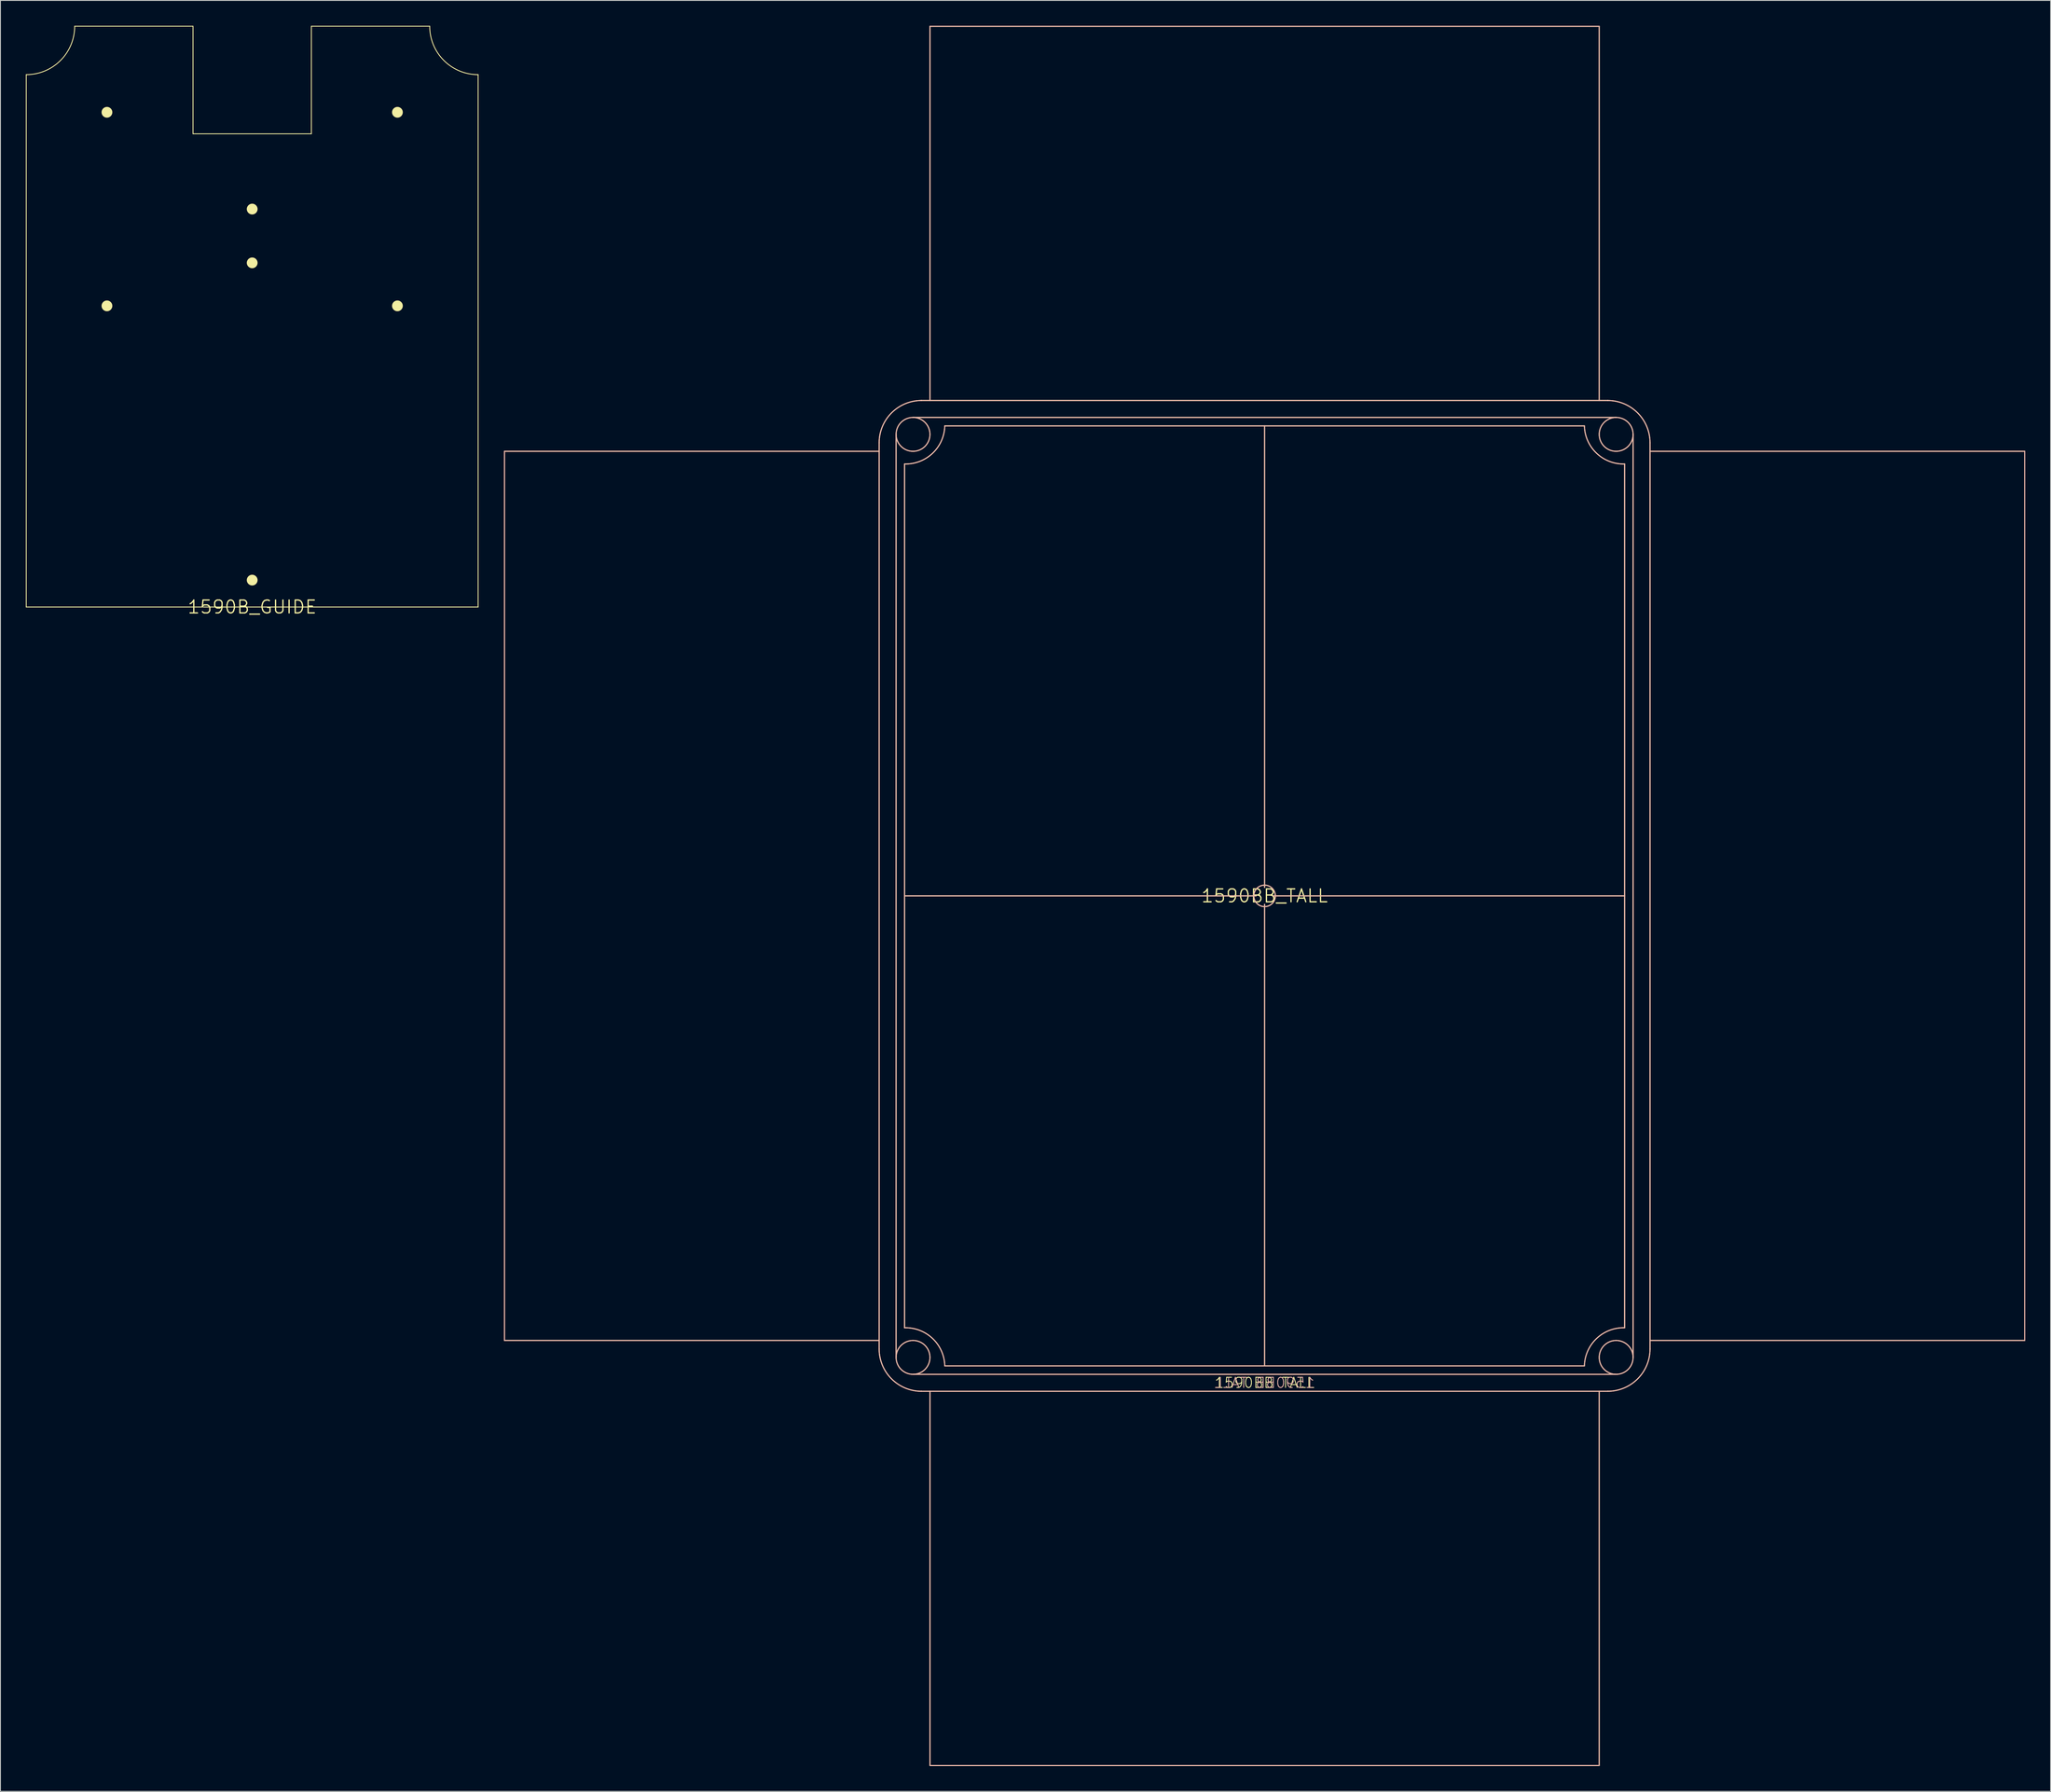
<source format=kicad_pcb>
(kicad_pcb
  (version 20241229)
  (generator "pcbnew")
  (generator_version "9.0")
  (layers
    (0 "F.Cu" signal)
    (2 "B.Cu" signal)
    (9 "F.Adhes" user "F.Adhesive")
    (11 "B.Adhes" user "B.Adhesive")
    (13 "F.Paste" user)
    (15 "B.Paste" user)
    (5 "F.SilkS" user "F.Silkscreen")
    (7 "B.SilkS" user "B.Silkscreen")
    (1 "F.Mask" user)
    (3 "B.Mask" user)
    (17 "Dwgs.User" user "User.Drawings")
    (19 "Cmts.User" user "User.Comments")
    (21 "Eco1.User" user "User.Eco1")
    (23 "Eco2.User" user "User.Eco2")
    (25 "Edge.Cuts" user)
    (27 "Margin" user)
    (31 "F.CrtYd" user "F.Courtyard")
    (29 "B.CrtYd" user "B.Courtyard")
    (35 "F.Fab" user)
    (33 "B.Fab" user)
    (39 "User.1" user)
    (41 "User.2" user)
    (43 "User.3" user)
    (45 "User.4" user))
  (footprint "1590B_GUIDE"
    (layer "F.Cu")
    (at 26.72 68.63)
    (property "Reference" "1590B_GUIDE" (at 0 0 0) (layer "F.SilkS") (effects (font (size 1.524 1.524) (thickness 0.15))))
    (attr through_hole)
    (fp_line (start -26.67 -62.865) (end -26.67 0) (stroke (width 0.1) (type solid)) (layer "F.SilkS"))
    (fp_line (start -26.67 0) (end 26.67 0) (stroke (width 0.1) (type solid)) (layer "F.SilkS"))
    (fp_line (start -6.985 -68.58) (end -20.955 -68.58) (stroke (width 0.1) (type solid)) (layer "F.SilkS"))
    (fp_line (start -6.985 -55.88) (end -6.985 -68.58) (stroke (width 0.1) (type solid)) (layer "F.SilkS"))
    (fp_line (start 6.985 -68.58) (end 6.985 -55.88) (stroke (width 0.1) (type solid)) (layer "F.SilkS"))
    (fp_line (start 6.985 -55.88) (end -6.985 -55.88) (stroke (width 0.1) (type solid)) (layer "F.SilkS"))
    (fp_line (start 20.955 -68.58) (end 6.985 -68.58) (stroke (width 0.1) (type solid)) (layer "F.SilkS"))
    (fp_line (start 26.67 0) (end 26.67 -62.865) (stroke (width 0.1) (type solid)) (layer "F.SilkS"))
    (fp_arc (start -20.955 -68.58) (mid -22.628885 -64.538885) (end -26.67 -62.865) (stroke (width 0.1) (type solid)) (layer "F.SilkS"))
    (fp_arc (start 26.67 -62.865) (mid 22.628885 -64.538885) (end 20.955 -68.58) (stroke (width 0.1) (type solid)) (layer "F.SilkS"))
    (fp_circle (center -17.145 -58.42) (end -16.51 -58.42) (stroke (width 0) (type solid)) (fill yes) (layer "F.SilkS"))
    (fp_circle (center -17.145 -35.56) (end -16.51 -35.56) (stroke (width 0) (type solid)) (fill yes) (layer "F.SilkS"))
    (fp_circle (center 0 -46.99) (end 0.635 -46.99) (stroke (width 0) (type solid)) (fill yes) (layer "F.SilkS"))
    (fp_circle (center 0 -40.64) (end 0.635 -40.64) (stroke (width 0) (type solid)) (fill yes) (layer "F.SilkS"))
    (fp_circle (center 0 -3.175) (end 0.635 -3.175) (stroke (width 0) (type solid)) (fill yes) (layer "F.SilkS"))
    (fp_circle (center 17.145 -58.42) (end 17.78 -58.42) (stroke (width 0) (type solid)) (fill yes) (layer "F.SilkS"))
    (fp_circle (center 17.145 -35.56) (end 17.78 -35.56) (stroke (width 0) (type solid)) (fill yes) (layer "F.SilkS")))
  (footprint "1590BB_TALL"
    (layer "F.Cu")
    (at 146.23 102.743)
    (property "Reference" "1590BB_TALL" (at 0 0 0) (layer "F.SilkS") (effects (font (size 1.524 1.524) (thickness 0.15))))
    (attr through_hole)
    (fp_line (start -89.726 -52.5) (end -89.726 52.5) (stroke (width 0.127) (type solid)) (layer "F.SilkS"))
    (fp_line (start -89.726 -52.5) (end -45.5 -52.5) (stroke (width 0.127) (type solid)) (layer "F.SilkS"))
    (fp_line (start -89.726 52.5) (end -45.5 52.5) (stroke (width 0.127) (type solid)) (layer "F.SilkS"))
    (fp_line (start -45.5 -52.5) (end -45.5 -53.5) (stroke (width 0.127) (type solid)) (layer "F.SilkS"))
    (fp_line (start -45.5 -52.5) (end -45.5 52.5) (stroke (width 0.127) (type solid)) (layer "F.SilkS"))
    (fp_line (start -45.5 52.5) (end -45.5 53.5) (stroke (width 0.127) (type solid)) (layer "F.SilkS"))
    (fp_line (start -43.5 -54.5) (end -43.5 54.5) (stroke (width 0.127) (type solid)) (layer "F.SilkS"))
    (fp_line (start -42.5 -51) (end -42.5 0) (stroke (width 0.127) (type solid)) (layer "F.SilkS"))
    (fp_line (start -42.5 51) (end -42.5 0) (stroke (width 0.127) (type solid)) (layer "F.SilkS"))
    (fp_line (start -41.5 56.5) (end 41.5 56.5) (stroke (width 0.127) (type solid)) (layer "F.SilkS"))
    (fp_line (start -40.55 -58.5) (end -40.5 -58.5) (stroke (width 0.127) (type solid)) (layer "F.SilkS"))
    (fp_line (start -40.55 58.5) (end -40.5 58.5) (stroke (width 0.127) (type solid)) (layer "F.SilkS"))
    (fp_line (start -39.5 -102.68) (end 39.5 -102.68) (stroke (width 0.127) (type solid)) (layer "F.SilkS"))
    (fp_line (start -39.5 -58.5) (end -40.5 -58.5) (stroke (width 0.127) (type solid)) (layer "F.SilkS"))
    (fp_line (start -39.5 -58.5) (end -39.5 -102.68) (stroke (width 0.127) (type solid)) (layer "F.SilkS"))
    (fp_line (start -39.5 58.5) (end -40.5 58.5) (stroke (width 0.127) (type solid)) (layer "F.SilkS"))
    (fp_line (start -39.5 58.5) (end -39.5 102.68) (stroke (width 0.127) (type solid)) (layer "F.SilkS"))
    (fp_line (start -39.5 58.5) (end 39.5 58.5) (stroke (width 0.127) (type solid)) (layer "F.SilkS"))
    (fp_line (start -39.5 102.68) (end 39.5 102.68) (stroke (width 0.127) (type solid)) (layer "F.SilkS"))
    (fp_line (start -1 0) (end -42.5 0) (stroke (width 0.127) (type solid)) (layer "F.SilkS"))
    (fp_line (start 0 -55.5) (end -37.75 -55.5) (stroke (width 0.127) (type solid)) (layer "F.SilkS"))
    (fp_line (start 0 -55.5) (end 37.75 -55.5) (stroke (width 0.127) (type solid)) (layer "F.SilkS"))
    (fp_line (start 0 -1) (end 0 -55.5) (stroke (width 0.127) (type solid)) (layer "F.SilkS"))
    (fp_line (start 0 1) (end 0 55.5) (stroke (width 0.127) (type solid)) (layer "F.SilkS"))
    (fp_line (start 0 55.5) (end -37.75 55.5) (stroke (width 0.127) (type solid)) (layer "F.SilkS"))
    (fp_line (start 0 55.5) (end 37.75 55.5) (stroke (width 0.127) (type solid)) (layer "F.SilkS"))
    (fp_line (start 1 0) (end 42.5 0) (stroke (width 0.127) (type solid)) (layer "F.SilkS"))
    (fp_line (start 39.5 -58.5) (end -39.5 -58.5) (stroke (width 0.127) (type solid)) (layer "F.SilkS"))
    (fp_line (start 39.5 -58.5) (end 39.5 -102.68) (stroke (width 0.127) (type solid)) (layer "F.SilkS"))
    (fp_line (start 39.5 -58.5) (end 40.5 -58.5) (stroke (width 0.127) (type solid)) (layer "F.SilkS"))
    (fp_line (start 39.5 58.5) (end 39.5 102.68) (stroke (width 0.127) (type solid)) (layer "F.SilkS"))
    (fp_line (start 39.5 58.5) (end 40.5 58.5) (stroke (width 0.127) (type solid)) (layer "F.SilkS"))
    (fp_line (start 40.55 -58.5) (end 40.5 -58.5) (stroke (width 0.127) (type solid)) (layer "F.SilkS"))
    (fp_line (start 40.55 58.5) (end 40.5 58.5) (stroke (width 0.127) (type solid)) (layer "F.SilkS"))
    (fp_line (start 41.5 -56.5) (end -41.5 -56.5) (stroke (width 0.127) (type solid)) (layer "F.SilkS"))
    (fp_line (start 42.5 -51) (end 42.5 0) (stroke (width 0.127) (type solid)) (layer "F.SilkS"))
    (fp_line (start 42.5 51) (end 42.5 0) (stroke (width 0.127) (type solid)) (layer "F.SilkS"))
    (fp_line (start 43.5 -54.5) (end 43.5 54.5) (stroke (width 0.127) (type solid)) (layer "F.SilkS"))
    (fp_line (start 45.5 -52.5) (end 45.5 -53.5) (stroke (width 0.127) (type solid)) (layer "F.SilkS"))
    (fp_line (start 45.5 -52.5) (end 45.5 52.5) (stroke (width 0.127) (type solid)) (layer "F.SilkS"))
    (fp_line (start 45.5 52.5) (end 45.5 53.5) (stroke (width 0.127) (type solid)) (layer "F.SilkS"))
    (fp_line (start 89.726 -52.5) (end 45.5 -52.5) (stroke (width 0.127) (type solid)) (layer "F.SilkS"))
    (fp_line (start 89.726 -52.5) (end 89.726 52.5) (stroke (width 0.127) (type solid)) (layer "F.SilkS"))
    (fp_line (start 89.726 52.5) (end 45.5 52.5) (stroke (width 0.127) (type solid)) (layer "F.SilkS"))
    (fp_arc (start -45.5 -53.5) (mid -44.035534 -57.035534) (end -40.5 -58.5) (stroke (width 0.127) (type solid)) (layer "F.SilkS"))
    (fp_arc (start -42.5 51) (mid -39.193019 52.266243) (end -37.75 55.5) (stroke (width 0.127) (type solid)) (layer "F.SilkS"))
    (fp_arc (start -40.5 58.5) (mid -44.035534 57.035534) (end -45.5 53.5) (stroke (width 0.127) (type solid)) (layer "F.SilkS"))
    (fp_arc (start -37.75 -55.5) (mid -39.193019 -52.266243) (end -42.5 -51) (stroke (width 0.127) (type solid)) (layer "F.SilkS"))
    (fp_arc (start 37.75 55.5) (mid 39.193019 52.266243) (end 42.5 51) (stroke (width 0.127) (type solid)) (layer "F.SilkS"))
    (fp_arc (start 40.5 -58.5) (mid 44.035534 -57.035534) (end 45.5 -53.5) (stroke (width 0.127) (type solid)) (layer "F.SilkS"))
    (fp_arc (start 42.5 -51) (mid 39.193019 -52.266243) (end 37.75 -55.5) (stroke (width 0.127) (type solid)) (layer "F.SilkS"))
    (fp_arc (start 45.5 53.5) (mid 44.035534 57.035534) (end 40.5 58.5) (stroke (width 0.127) (type solid)) (layer "F.SilkS"))
    (fp_circle (center -41.5 -54.5) (end -39.5 -54.5) (stroke (width 0.127) (type solid)) (fill no) (layer "F.SilkS"))
    (fp_circle (center -41.5 54.5) (end -39.5 54.5) (stroke (width 0.127) (type solid)) (fill no) (layer "F.SilkS"))
    (fp_circle (center 0 0) (end 1.27 0) (stroke (width 0.127) (type solid)) (fill no) (layer "F.SilkS"))
    (fp_circle (center 41.5 -54.5) (end 43.5 -54.5) (stroke (width 0.127) (type solid)) (fill no) (layer "F.SilkS"))
    (fp_circle (center 41.5 54.5) (end 43.5 54.5) (stroke (width 0.127) (type solid)) (fill no) (layer "F.SilkS"))
    (fp_line (start -89.726 -52.5) (end -89.726 52.5) (stroke (width 0.127) (type solid)) (layer "B.SilkS"))
    (fp_line (start -89.726 -52.5) (end -45.5 -52.5) (stroke (width 0.127) (type solid)) (layer "B.SilkS"))
    (fp_line (start -89.726 52.5) (end -45.5 52.5) (stroke (width 0.127) (type solid)) (layer "B.SilkS"))
    (fp_line (start -45.5 -52.5) (end -45.5 -53.5) (stroke (width 0.127) (type solid)) (layer "B.SilkS"))
    (fp_line (start -45.5 -52.5) (end -45.5 52.5) (stroke (width 0.127) (type solid)) (layer "B.SilkS"))
    (fp_line (start -45.5 52.5) (end -45.5 53.5) (stroke (width 0.127) (type solid)) (layer "B.SilkS"))
    (fp_line (start -43.5 -54.5) (end -43.5 54.5) (stroke (width 0.127) (type solid)) (layer "B.SilkS"))
    (fp_line (start -42.5 -51) (end -42.5 0) (stroke (width 0.127) (type solid)) (layer "B.SilkS"))
    (fp_line (start -42.5 51) (end -42.5 0) (stroke (width 0.127) (type solid)) (layer "B.SilkS"))
    (fp_line (start -41.5 -56.5) (end 41.5 -56.5) (stroke (width 0.127) (type solid)) (layer "B.SilkS"))
    (fp_line (start -40.55 -58.5) (end -40.5 -58.5) (stroke (width 0.127) (type solid)) (layer "B.SilkS"))
    (fp_line (start -40.55 58.5) (end -40.5 58.5) (stroke (width 0.127) (type solid)) (layer "B.SilkS"))
    (fp_line (start -39.5 -58.5) (end -40.5 -58.5) (stroke (width 0.127) (type solid)) (layer "B.SilkS"))
    (fp_line (start -39.5 -58.5) (end -39.5 -102.68) (stroke (width 0.127) (type solid)) (layer "B.SilkS"))
    (fp_line (start -39.5 -58.5) (end 39.5 -58.5) (stroke (width 0.127) (type solid)) (layer "B.SilkS"))
    (fp_line (start -39.5 58.5) (end -40.5 58.5) (stroke (width 0.127) (type solid)) (layer "B.SilkS"))
    (fp_line (start -39.5 58.5) (end -39.5 102.68) (stroke (width 0.127) (type solid)) (layer "B.SilkS"))
    (fp_line (start -1 0) (end -42.5 0) (stroke (width 0.127) (type solid)) (layer "B.SilkS"))
    (fp_line (start 0 -55.5) (end -37.75 -55.5) (stroke (width 0.127) (type solid)) (layer "B.SilkS"))
    (fp_line (start 0 -55.5) (end 37.75 -55.5) (stroke (width 0.127) (type solid)) (layer "B.SilkS"))
    (fp_line (start 0 -1) (end 0 -55.5) (stroke (width 0.127) (type solid)) (layer "B.SilkS"))
    (fp_line (start 0 1) (end 0 55.5) (stroke (width 0.127) (type solid)) (layer "B.SilkS"))
    (fp_line (start 0 55.5) (end -37.75 55.5) (stroke (width 0.127) (type solid)) (layer "B.SilkS"))
    (fp_line (start 0 55.5) (end 37.75 55.5) (stroke (width 0.127) (type solid)) (layer "B.SilkS"))
    (fp_line (start 1 0) (end 42.5 0) (stroke (width 0.127) (type solid)) (layer "B.SilkS"))
    (fp_line (start 39.5 -102.68) (end -39.5 -102.68) (stroke (width 0.127) (type solid)) (layer "B.SilkS"))
    (fp_line (start 39.5 -58.5) (end 39.5 -102.68) (stroke (width 0.127) (type solid)) (layer "B.SilkS"))
    (fp_line (start 39.5 -58.5) (end 40.5 -58.5) (stroke (width 0.127) (type solid)) (layer "B.SilkS"))
    (fp_line (start 39.5 58.5) (end -39.5 58.5) (stroke (width 0.127) (type solid)) (layer "B.SilkS"))
    (fp_line (start 39.5 58.5) (end 39.5 102.68) (stroke (width 0.127) (type solid)) (layer "B.SilkS"))
    (fp_line (start 39.5 58.5) (end 40.5 58.5) (stroke (width 0.127) (type solid)) (layer "B.SilkS"))
    (fp_line (start 39.5 102.68) (end -39.5 102.68) (stroke (width 0.127) (type solid)) (layer "B.SilkS"))
    (fp_line (start 40.55 -58.5) (end 40.5 -58.5) (stroke (width 0.127) (type solid)) (layer "B.SilkS"))
    (fp_line (start 40.55 58.5) (end 40.5 58.5) (stroke (width 0.127) (type solid)) (layer "B.SilkS"))
    (fp_line (start 41.5 56.5) (end -41.5 56.5) (stroke (width 0.127) (type solid)) (layer "B.SilkS"))
    (fp_line (start 42.5 -51) (end 42.5 0) (stroke (width 0.127) (type solid)) (layer "B.SilkS"))
    (fp_line (start 42.5 51) (end 42.5 0) (stroke (width 0.127) (type solid)) (layer "B.SilkS"))
    (fp_line (start 43.5 -54.5) (end 43.5 54.5) (stroke (width 0.127) (type solid)) (layer "B.SilkS"))
    (fp_line (start 45.5 -52.5) (end 45.5 -53.5) (stroke (width 0.127) (type solid)) (layer "B.SilkS"))
    (fp_line (start 45.5 -52.5) (end 45.5 52.5) (stroke (width 0.127) (type solid)) (layer "B.SilkS"))
    (fp_line (start 45.5 52.5) (end 45.5 53.5) (stroke (width 0.127) (type solid)) (layer "B.SilkS"))
    (fp_line (start 89.726 -52.5) (end 45.5 -52.5) (stroke (width 0.127) (type solid)) (layer "B.SilkS"))
    (fp_line (start 89.726 -52.5) (end 89.726 52.5) (stroke (width 0.127) (type solid)) (layer "B.SilkS"))
    (fp_line (start 89.726 52.5) (end 45.5 52.5) (stroke (width 0.127) (type solid)) (layer "B.SilkS"))
    (fp_arc (start -45.5 -53.5) (mid -44.035534 -57.035534) (end -40.5 -58.5) (stroke (width 0.127) (type solid)) (layer "B.SilkS"))
    (fp_arc (start -42.5 51) (mid -39.193019 52.266243) (end -37.75 55.5) (stroke (width 0.127) (type solid)) (layer "B.SilkS"))
    (fp_arc (start -40.5 58.5) (mid -44.035534 57.035534) (end -45.5 53.5) (stroke (width 0.127) (type solid)) (layer "B.SilkS"))
    (fp_arc (start -37.75 -55.5) (mid -39.193019 -52.266243) (end -42.5 -51) (stroke (width 0.127) (type solid)) (layer "B.SilkS"))
    (fp_arc (start 37.75 55.5) (mid 39.193019 52.266243) (end 42.5 51) (stroke (width 0.127) (type solid)) (layer "B.SilkS"))
    (fp_arc (start 40.5 -58.5) (mid 44.035534 -57.035534) (end 45.5 -53.5) (stroke (width 0.127) (type solid)) (layer "B.SilkS"))
    (fp_arc (start 42.5 -51) (mid 39.193019 -52.266243) (end 37.75 -55.5) (stroke (width 0.127) (type solid)) (layer "B.SilkS"))
    (fp_arc (start 45.5 53.5) (mid 44.035534 57.035534) (end 40.5 58.5) (stroke (width 0.127) (type solid)) (layer "B.SilkS"))
    (fp_circle (center -41.5 -54.5) (end -39.5 -54.5) (stroke (width 0.127) (type solid)) (fill no) (layer "B.SilkS"))
    (fp_circle (center -41.5 54.5) (end -39.5 54.5) (stroke (width 0.127) (type solid)) (fill no) (layer "B.SilkS"))
    (fp_circle (center 0 0) (end 1.27 0) (stroke (width 0.127) (type solid)) (fill no) (layer "B.SilkS"))
    (fp_circle (center 41.5 -54.5) (end 43.5 -54.5) (stroke (width 0.127) (type solid)) (fill no) (layer "B.SilkS"))
    (fp_circle (center 41.5 54.5) (end 43.5 54.5) (stroke (width 0.127) (type solid)) (fill no) (layer "B.SilkS"))
    (fp_text user "1590BB TALL" (at 0 57.5 0) (layer "F.SilkS") (effects (font (size 1.206 1.206) (thickness 0.102))))
    (fp_text user "1590BB TALL" (at 0 57.5 0) (layer "B.SilkS") (effects (font (size 1.206 1.206) (thickness 0.102)) (justify mirror))))
  (gr_rect
    (start -3 -3)
    (end 239.019 208.487)
    (stroke (width 0.1) (type default))
    (fill no)
    (layer "Edge.Cuts")))
</source>
